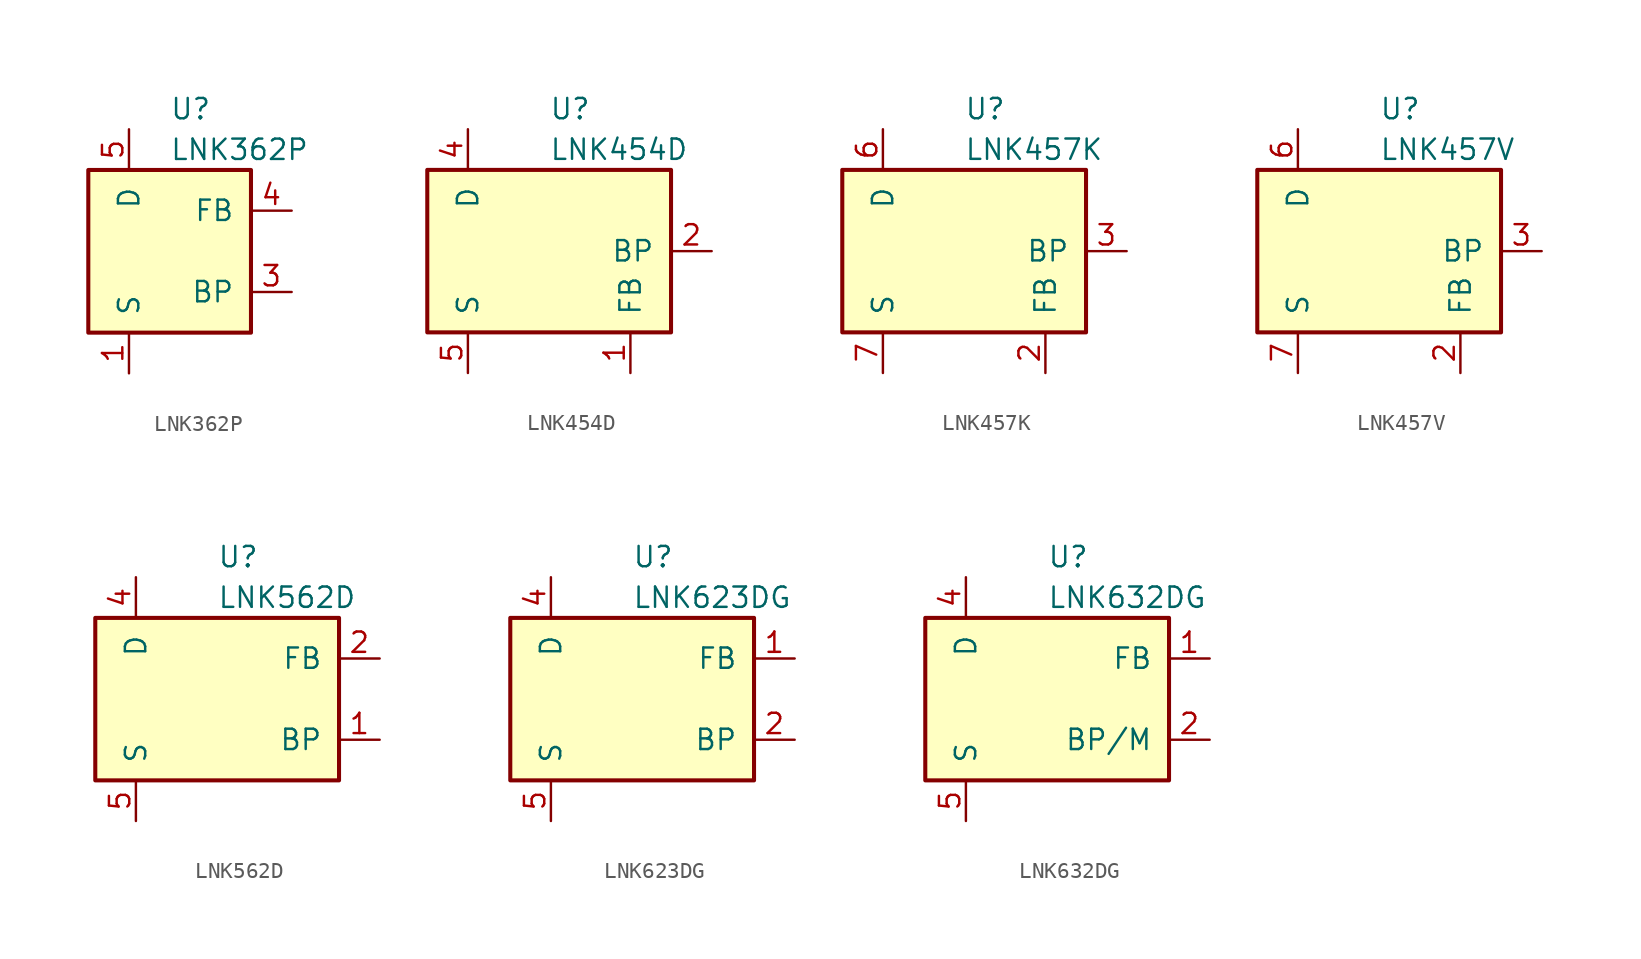
<source format=kicad_sym>
(kicad_symbol_lib
  (version 20201005)
  (generator kicad_symbol_editor)
  (symbol "LNK362P"
    (pin_names
      (offset 1.016))
    (property "Reference" "U"
      (at 0 8.89 0)
      (effects (font (size 1.27 1.27)) (justify left)))
    (property "Value" "LNK362P"
      (at 0 6.35 0)
      (effects (font (size 1.27 1.27)) (justify left)))
    (symbol "LNK362P_0_1"
      (rectangle (start -5.08 5.08) (end 5.08 -5.08) (stroke (width 0.254)) (fill (type background))))
    (symbol "LNK362P_1_1"
      (pin open_emitter line (at -2.54 -7.62 90) (length 2.54) (name "S" (effects (font (size 1.27 1.27)))) (number "1" (effects (font (size 1.27 1.27)))))
      (pin open_emitter line (at -2.54 -7.62 90) (length 2.54) hide (name "S" (effects (font (size 1.27 1.27)))) (number "2" (effects (font (size 1.27 1.27)))))
      (pin input line (at 7.62 -2.54 180) (length 2.54) (name "BP" (effects (font (size 1.27 1.27)))) (number "3" (effects (font (size 1.27 1.27)))))
      (pin input line (at 7.62 2.54 180) (length 2.54) (name "FB" (effects (font (size 1.27 1.27)))) (number "4" (effects (font (size 1.27 1.27)))))
      (pin open_collector line (at -2.54 7.62 270) (length 2.54) (name "D" (effects (font (size 1.27 1.27)))) (number "5" (effects (font (size 1.27 1.27)))))
      (pin open_emitter line (at -2.54 -7.62 90) (length 2.54) hide (name "S" (effects (font (size 1.27 1.27)))) (number "7" (effects (font (size 1.27 1.27)))))
      (pin open_emitter line (at -2.54 -7.62 90) (length 2.54) hide (name "S" (effects (font (size 1.27 1.27)))) (number "8" (effects (font (size 1.27 1.27)))))))
  (symbol "LNK454D"
    (pin_names
      (offset 1.016))
    (property "Reference" "U"
      (at 0 8.89 0)
      (effects (font (size 1.27 1.27)) (justify left)))
    (property "Value" "LNK454D"
      (at 0 6.35 0)
      (effects (font (size 1.27 1.27)) (justify left)))
    (symbol "LNK454D_0_1"
      (rectangle (start -7.62 5.08) (end 7.62 -5.08) (stroke (width 0.254)) (fill (type background))))
    (symbol "LNK454D_1_1"
      (pin input line (at 5.08 -7.62 90) (length 2.54) (name "FB" (effects (font (size 1.27 1.27)))) (number "1" (effects (font (size 1.27 1.27)))))
      (pin input line (at 10.16 0 180) (length 2.54) (name "BP" (effects (font (size 1.27 1.27)))) (number "2" (effects (font (size 1.27 1.27)))))
      (pin open_collector line (at -5.08 7.62 270) (length 2.54) (name "D" (effects (font (size 1.27 1.27)))) (number "4" (effects (font (size 1.27 1.27)))))
      (pin open_emitter line (at -5.08 -7.62 90) (length 2.54) (name "S" (effects (font (size 1.27 1.27)))) (number "5" (effects (font (size 1.27 1.27)))))
      (pin open_emitter line (at -5.08 -7.62 90) (length 2.54) hide (name "S" (effects (font (size 1.27 1.27)))) (number "6" (effects (font (size 1.27 1.27)))))
      (pin open_emitter line (at -5.08 -7.62 90) (length 2.54) hide (name "S" (effects (font (size 1.27 1.27)))) (number "7" (effects (font (size 1.27 1.27)))))
      (pin open_emitter line (at -5.08 -7.62 90) (length 2.54) hide (name "S" (effects (font (size 1.27 1.27)))) (number "8" (effects (font (size 1.27 1.27)))))))
  (symbol "LNK457K"
    (pin_names
      (offset 1.016))
    (property "Reference" "U"
      (at 0 8.89 0)
      (effects (font (size 1.27 1.27)) (justify left)))
    (property "Value" "LNK457K"
      (at 0 6.35 0)
      (effects (font (size 1.27 1.27)) (justify left)))
    (symbol "LNK457K_0_1"
      (rectangle (start -7.62 5.08) (end 7.62 -5.08) (stroke (width 0.254)) (fill (type background))))
    (symbol "LNK457K_1_1"
      (pin no_connect line (at -2.54 5.08 270) (length 2.54) hide (name "NC" (effects (font (size 1.27 1.27)))) (number "1" (effects (font (size 1.27 1.27)))))
      (pin open_emitter line (at -5.08 -7.62 90) (length 2.54) hide (name "S" (effects (font (size 1.27 1.27)))) (number "10" (effects (font (size 1.27 1.27)))))
      (pin open_emitter line (at -5.08 -7.62 90) (length 2.54) hide (name "S" (effects (font (size 1.27 1.27)))) (number "11" (effects (font (size 1.27 1.27)))))
      (pin open_emitter line (at -5.08 -7.62 90) (length 2.54) hide (name "S" (effects (font (size 1.27 1.27)))) (number "12" (effects (font (size 1.27 1.27)))))
      (pin open_emitter line (at -5.08 -7.62 90) (length 2.54) hide (name "S" (effects (font (size 1.27 1.27)))) (number "13" (effects (font (size 1.27 1.27)))))
      (pin input line (at 5.08 -7.62 90) (length 2.54) (name "FB" (effects (font (size 1.27 1.27)))) (number "2" (effects (font (size 1.27 1.27)))))
      (pin input line (at 10.16 0 180) (length 2.54) (name "BP" (effects (font (size 1.27 1.27)))) (number "3" (effects (font (size 1.27 1.27)))))
      (pin no_connect line (at 0 5.08 270) (length 2.54) hide (name "NC" (effects (font (size 1.27 1.27)))) (number "4" (effects (font (size 1.27 1.27)))))
      (pin open_collector line (at -5.08 7.62 270) (length 2.54) (name "D" (effects (font (size 1.27 1.27)))) (number "6" (effects (font (size 1.27 1.27)))))
      (pin open_emitter line (at -5.08 -7.62 90) (length 2.54) (name "S" (effects (font (size 1.27 1.27)))) (number "7" (effects (font (size 1.27 1.27)))))
      (pin open_emitter line (at -5.08 -7.62 90) (length 2.54) hide (name "S" (effects (font (size 1.27 1.27)))) (number "8" (effects (font (size 1.27 1.27)))))
      (pin open_emitter line (at -5.08 -7.62 90) (length 2.54) hide (name "S" (effects (font (size 1.27 1.27)))) (number "9" (effects (font (size 1.27 1.27)))))))
  (symbol "LNK457V"
    (pin_names
      (offset 1.016))
    (property "Reference" "U"
      (at 0 8.89 0)
      (effects (font (size 1.27 1.27)) (justify left)))
    (property "Value" "LNK457V"
      (at 0 6.35 0)
      (effects (font (size 1.27 1.27)) (justify left)))
    (symbol "LNK457V_0_1"
      (rectangle (start -7.62 5.08) (end 7.62 -5.08) (stroke (width 0.254)) (fill (type background))))
    (symbol "LNK457V_1_1"
      (pin no_connect line (at -2.54 5.08 270) (length 2.54) hide (name "NC" (effects (font (size 1.27 1.27)))) (number "1" (effects (font (size 1.27 1.27)))))
      (pin open_emitter line (at -5.08 -7.62 90) (length 2.54) hide (name "S" (effects (font (size 1.27 1.27)))) (number "10" (effects (font (size 1.27 1.27)))))
      (pin open_emitter line (at -5.08 -7.62 90) (length 2.54) hide (name "S" (effects (font (size 1.27 1.27)))) (number "11" (effects (font (size 1.27 1.27)))))
      (pin open_emitter line (at -5.08 -7.62 90) (length 2.54) hide (name "S" (effects (font (size 1.27 1.27)))) (number "12" (effects (font (size 1.27 1.27)))))
      (pin input line (at 5.08 -7.62 90) (length 2.54) (name "FB" (effects (font (size 1.27 1.27)))) (number "2" (effects (font (size 1.27 1.27)))))
      (pin input line (at 10.16 0 180) (length 2.54) (name "BP" (effects (font (size 1.27 1.27)))) (number "3" (effects (font (size 1.27 1.27)))))
      (pin no_connect line (at 0 5.08 270) (length 2.54) hide (name "NC" (effects (font (size 1.27 1.27)))) (number "4" (effects (font (size 1.27 1.27)))))
      (pin open_collector line (at -5.08 7.62 270) (length 2.54) (name "D" (effects (font (size 1.27 1.27)))) (number "6" (effects (font (size 1.27 1.27)))))
      (pin open_emitter line (at -5.08 -7.62 90) (length 2.54) (name "S" (effects (font (size 1.27 1.27)))) (number "7" (effects (font (size 1.27 1.27)))))
      (pin open_emitter line (at -5.08 -7.62 90) (length 2.54) hide (name "S" (effects (font (size 1.27 1.27)))) (number "8" (effects (font (size 1.27 1.27)))))
      (pin open_emitter line (at -5.08 -7.62 90) (length 2.54) hide (name "S" (effects (font (size 1.27 1.27)))) (number "9" (effects (font (size 1.27 1.27)))))))
  (symbol "LNK562D"
    (pin_names
      (offset 1.016))
    (property "Reference" "U"
      (at 0 8.89 0)
      (effects (font (size 1.27 1.27)) (justify left)))
    (property "Value" "LNK562D"
      (at 0 6.35 0)
      (effects (font (size 1.27 1.27)) (justify left)))
    (symbol "LNK562D_0_1"
      (rectangle (start -7.62 5.08) (end 7.62 -5.08) (stroke (width 0.254)) (fill (type background))))
    (symbol "LNK562D_1_1"
      (pin input line (at 10.16 -2.54 180) (length 2.54) (name "BP" (effects (font (size 1.27 1.27)))) (number "1" (effects (font (size 1.27 1.27)))))
      (pin input line (at 10.16 2.54 180) (length 2.54) (name "FB" (effects (font (size 1.27 1.27)))) (number "2" (effects (font (size 1.27 1.27)))))
      (pin open_collector line (at -5.08 7.62 270) (length 2.54) (name "D" (effects (font (size 1.27 1.27)))) (number "4" (effects (font (size 1.27 1.27)))))
      (pin open_emitter line (at -5.08 -7.62 90) (length 2.54) (name "S" (effects (font (size 1.27 1.27)))) (number "5" (effects (font (size 1.27 1.27)))))
      (pin open_emitter line (at -5.08 -7.62 90) (length 2.54) hide (name "S" (effects (font (size 1.27 1.27)))) (number "6" (effects (font (size 1.27 1.27)))))
      (pin open_emitter line (at -5.08 -7.62 90) (length 2.54) hide (name "S" (effects (font (size 1.27 1.27)))) (number "7" (effects (font (size 1.27 1.27)))))
      (pin open_emitter line (at -5.08 -7.62 90) (length 2.54) hide (name "S" (effects (font (size 1.27 1.27)))) (number "8" (effects (font (size 1.27 1.27)))))))
  (symbol "LNK623DG"
    (pin_names
      (offset 1.016))
    (property "Reference" "U"
      (at 0 8.89 0)
      (effects (font (size 1.27 1.27)) (justify left)))
    (property "Value" "LNK623DG"
      (at 0 6.35 0)
      (effects (font (size 1.27 1.27)) (justify left)))
    (symbol "LNK623DG_0_1"
      (rectangle (start -7.62 5.08) (end 7.62 -5.08) (stroke (width 0.254)) (fill (type background))))
    (symbol "LNK623DG_1_1"
      (pin input line (at 10.16 2.54 180) (length 2.54) (name "FB" (effects (font (size 1.27 1.27)))) (number "1" (effects (font (size 1.27 1.27)))))
      (pin input line (at 10.16 -2.54 180) (length 2.54) (name "BP" (effects (font (size 1.27 1.27)))) (number "2" (effects (font (size 1.27 1.27)))))
      (pin open_collector line (at -5.08 7.62 270) (length 2.54) (name "D" (effects (font (size 1.27 1.27)))) (number "4" (effects (font (size 1.27 1.27)))))
      (pin open_emitter line (at -5.08 -7.62 90) (length 2.54) (name "S" (effects (font (size 1.27 1.27)))) (number "5" (effects (font (size 1.27 1.27)))))
      (pin open_emitter line (at -5.08 -7.62 90) (length 2.54) hide (name "S" (effects (font (size 1.27 1.27)))) (number "6" (effects (font (size 1.27 1.27)))))
      (pin open_emitter line (at -5.08 -7.62 90) (length 2.54) hide (name "S" (effects (font (size 1.27 1.27)))) (number "7" (effects (font (size 1.27 1.27)))))
      (pin open_emitter line (at -5.08 -7.62 90) (length 2.54) hide (name "S" (effects (font (size 1.27 1.27)))) (number "8" (effects (font (size 1.27 1.27)))))))
  (symbol "LNK632DG"
    (pin_names
      (offset 1.016))
    (property "Reference" "U"
      (at 0 8.89 0)
      (effects (font (size 1.27 1.27)) (justify left)))
    (property "Value" "LNK632DG"
      (at 0 6.35 0)
      (effects (font (size 1.27 1.27)) (justify left)))
    (symbol "LNK632DG_0_1"
      (rectangle (start -7.62 5.08) (end 7.62 -5.08) (stroke (width 0.254)) (fill (type background))))
    (symbol "LNK632DG_1_1"
      (pin input line (at 10.16 2.54 180) (length 2.54) (name "FB" (effects (font (size 1.27 1.27)))) (number "1" (effects (font (size 1.27 1.27)))))
      (pin input line (at 10.16 -2.54 180) (length 2.54) (name "BP/M" (effects (font (size 1.27 1.27)))) (number "2" (effects (font (size 1.27 1.27)))))
      (pin open_collector line (at -5.08 7.62 270) (length 2.54) (name "D" (effects (font (size 1.27 1.27)))) (number "4" (effects (font (size 1.27 1.27)))))
      (pin open_emitter line (at -5.08 -7.62 90) (length 2.54) (name "S" (effects (font (size 1.27 1.27)))) (number "5" (effects (font (size 1.27 1.27)))))
      (pin open_emitter line (at -5.08 -7.62 90) (length 2.54) hide (name "S" (effects (font (size 1.27 1.27)))) (number "6" (effects (font (size 1.27 1.27)))))
      (pin open_emitter line (at -5.08 -7.62 90) (length 2.54) hide (name "S" (effects (font (size 1.27 1.27)))) (number "7" (effects (font (size 1.27 1.27)))))
      (pin open_emitter line (at -5.08 -7.62 90) (length 2.54) hide (name "S" (effects (font (size 1.27 1.27)))) (number "8" (effects (font (size 1.27 1.27))))))))
</source>
